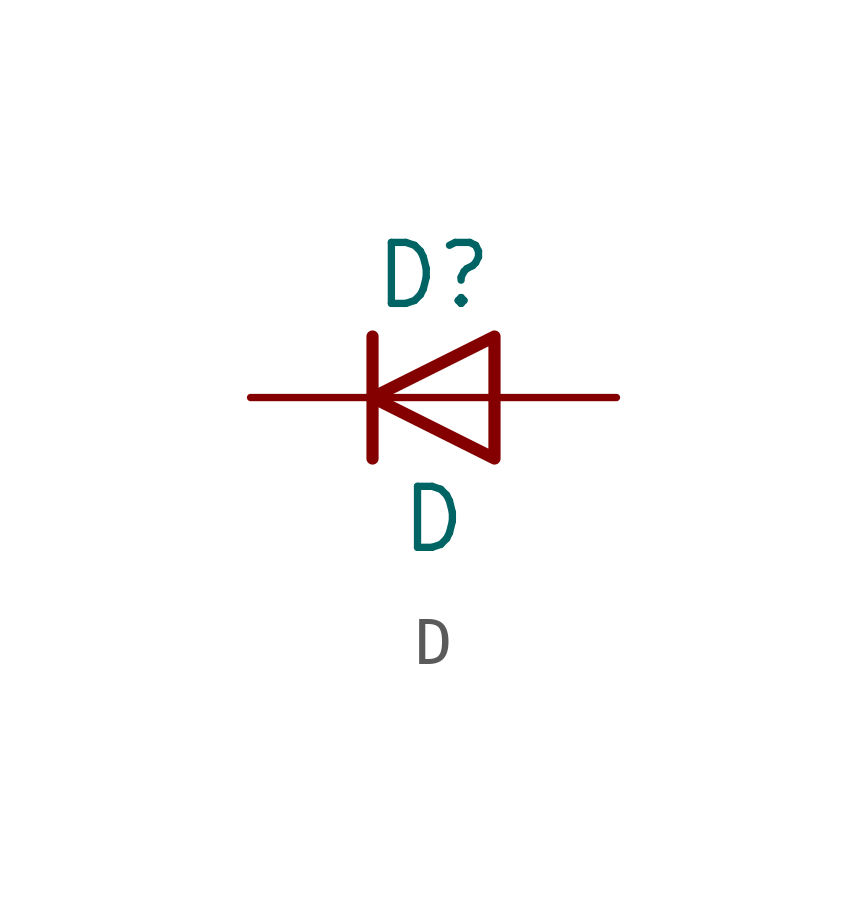
<source format=kicad_sym>
(kicad_symbol_lib
  (version 20241209)
  (generator "kicad_symbol_editor")
  (generator_version "9.0")
  (symbol "D"
    (pin_numbers
      (hide yes))
    (pin_names
      (offset 1.016)
      (hide yes))
    (property "Reference" "D"
      (at 0 2.54 0)
      (effects (font (size 1.27 1.27))))
    (property "Value" "D"
      (at 0 -2.54 0)
      (effects (font (size 1.27 1.27))))
    (symbol "D_0_1"
      (polyline (pts (xy -1.27 1.27) (xy -1.27 -1.27)) (stroke (width 0.254) (type default)) (fill (type none)))
      (polyline (pts (xy 1.27 1.27) (xy 1.27 -1.27) (xy -1.27 0) (xy 1.27 1.27)) (stroke (width 0.254) (type default)) (fill (type none)))
      (polyline (pts (xy 1.27 0) (xy -1.27 0)) (stroke (width 0) (type default)) (fill (type none))))
    (symbol "D_1_1"
      (pin passive line (at -3.81 0 0) (length 2.54) (name "K" (effects (font (size 1.27 1.27)))) (number "1" (effects (font (size 1.27 1.27)))))
      (pin passive line (at 3.81 0 180) (length 2.54) (name "A" (effects (font (size 1.27 1.27)))) (number "2" (effects (font (size 1.27 1.27))))))))
</source>
